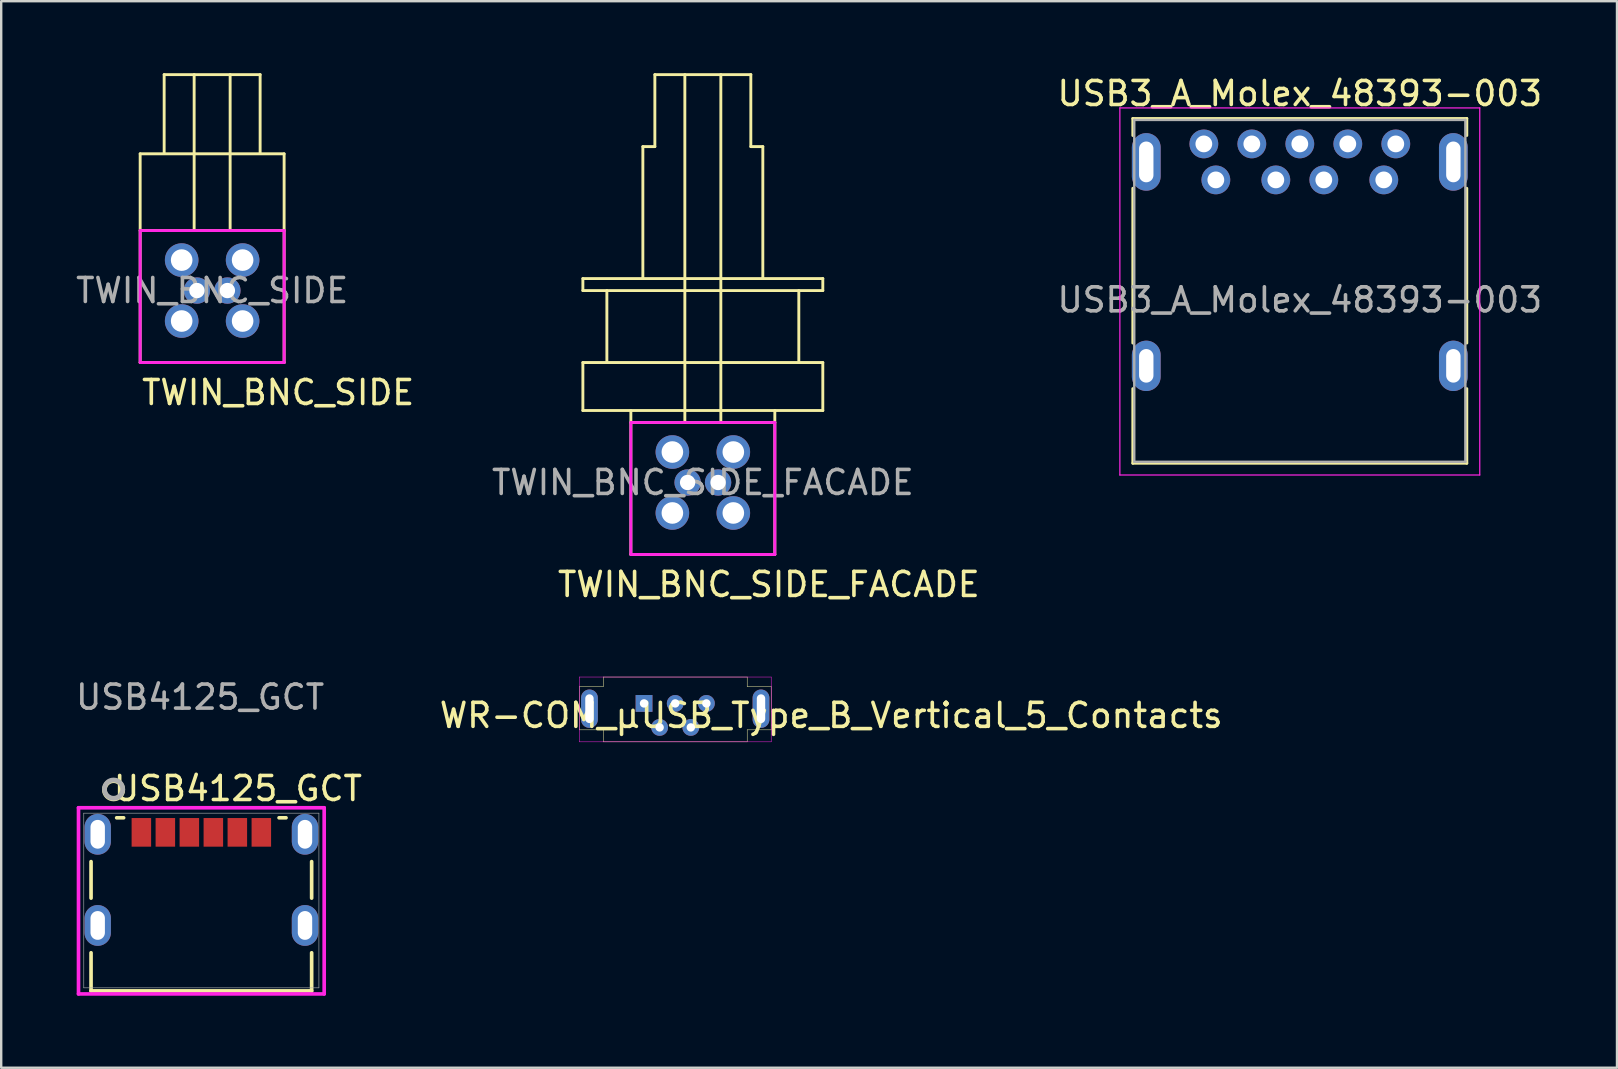
<source format=kicad_pcb>
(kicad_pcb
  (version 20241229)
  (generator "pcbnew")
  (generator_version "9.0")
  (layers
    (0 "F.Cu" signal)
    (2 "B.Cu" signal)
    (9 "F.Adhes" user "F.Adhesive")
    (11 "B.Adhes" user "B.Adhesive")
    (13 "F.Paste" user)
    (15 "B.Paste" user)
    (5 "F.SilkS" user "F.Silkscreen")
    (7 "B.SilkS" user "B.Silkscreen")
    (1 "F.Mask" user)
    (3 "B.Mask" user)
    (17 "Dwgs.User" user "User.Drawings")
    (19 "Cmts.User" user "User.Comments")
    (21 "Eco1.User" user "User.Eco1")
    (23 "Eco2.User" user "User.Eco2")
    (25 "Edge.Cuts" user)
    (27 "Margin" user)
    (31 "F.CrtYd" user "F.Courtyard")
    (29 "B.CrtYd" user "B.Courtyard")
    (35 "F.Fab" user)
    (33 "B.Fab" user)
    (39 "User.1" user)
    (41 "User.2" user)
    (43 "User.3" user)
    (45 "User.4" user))
  (footprint "USB3_A_Molex_48393-003"
    (layer "F.Cu")
    (at 47.625 4.448)
    (property "Reference" "USB3_A_Molex_48393-003" (at 3.5 -3.6 0) (layer "F.SilkS") (effects (font (size 1 1) (thickness 0.15))))
    (attr through_hole)
    (fp_line (start -3.46 -2.56) (end -3.46 -1.85) (stroke (width 0.12) (type solid)) (layer "F.SilkS"))
    (fp_line (start -3.46 -2.56) (end 10.46 -2.56) (stroke (width 0.12) (type solid)) (layer "F.SilkS"))
    (fp_line (start -3.46 6.8) (end -3.46 0.35) (stroke (width 0.12) (type solid)) (layer "F.SilkS"))
    (fp_line (start -3.46 11.81) (end -3.46 8.7) (stroke (width 0.12) (type solid)) (layer "F.SilkS"))
    (fp_line (start -3.46 11.81) (end 10.46 11.81) (stroke (width 0.12) (type solid)) (layer "F.SilkS"))
    (fp_line (start 10.46 -2.56) (end 10.46 -1.85) (stroke (width 0.12) (type solid)) (layer "F.SilkS"))
    (fp_line (start 10.46 6.8) (end 10.46 0.35) (stroke (width 0.12) (type solid)) (layer "F.SilkS"))
    (fp_line (start 10.46 11.81) (end 10.46 8.7) (stroke (width 0.12) (type solid)) (layer "F.SilkS"))
    (fp_line (start -4 -3) (end 11 -3) (stroke (width 0.05) (type solid)) (layer "F.CrtYd"))
    (fp_line (start -4 12.3) (end -4 -3) (stroke (width 0.05) (type solid)) (layer "F.CrtYd"))
    (fp_line (start 11 -3) (end 11 12.3) (stroke (width 0.05) (type solid)) (layer "F.CrtYd"))
    (fp_line (start 11 12.3) (end -4 12.3) (stroke (width 0.05) (type solid)) (layer "F.CrtYd"))
    (fp_line (start -3.4 -2.5) (end 10.4 -2.5) (stroke (width 0.1) (type solid)) (layer "F.Fab"))
    (fp_line (start -3.4 11.75) (end -3.4 -2.5) (stroke (width 0.1) (type solid)) (layer "F.Fab"))
    (fp_line (start 10.4 -2.5) (end 10.4 11.75) (stroke (width 0.1) (type solid)) (layer "F.Fab"))
    (fp_line (start 10.4 11.75) (end -3.4 11.75) (stroke (width 0.1) (type solid)) (layer "F.Fab"))
    (fp_text user "${REFERENCE}" (at 3.5 5 0) (layer "F.Fab") (effects (font (size 1 1) (thickness 0.15))))
    (pad "1" thru_hole circle (at 0 0) (size 1.2 1.2) (drill 0.7) (layers "*.Cu" "*.Mask"))
    (pad "2" thru_hole circle (at 2.5 0) (size 1.2 1.2) (drill 0.7) (layers "*.Cu" "*.Mask"))
    (pad "3" thru_hole circle (at 4.5 0) (size 1.2 1.2) (drill 0.7) (layers "*.Cu" "*.Mask"))
    (pad "4" thru_hole circle (at 7 0) (size 1.2 1.2) (drill 0.7) (layers "*.Cu" "*.Mask"))
    (pad "5" thru_hole circle (at 7.5 -1.5) (size 1.2 1.2) (drill 0.7) (layers "*.Cu" "*.Mask"))
    (pad "6" thru_hole circle (at 5.5 -1.5) (size 1.2 1.2) (drill 0.7) (layers "*.Cu" "*.Mask"))
    (pad "7" thru_hole circle (at 3.5 -1.5) (size 1.2 1.2) (drill 0.7) (layers "*.Cu" "*.Mask"))
    (pad "8" thru_hole circle (at 1.5 -1.5) (size 1.2 1.2) (drill 0.7) (layers "*.Cu" "*.Mask"))
    (pad "9" thru_hole circle (at -0.5 -1.5) (size 1.2 1.2) (drill 0.7) (layers "*.Cu" "*.Mask"))
    (pad "10" thru_hole oval (at -2.9 -0.75) (size 1.2 2.4) (drill oval 0.6 1.7) (layers "*.Cu" "*.Mask"))
    (pad "10" thru_hole oval (at -2.9 7.75) (size 1.2 2.1) (drill oval 0.6 1.4) (layers "*.Cu" "*.Mask"))
    (pad "10" thru_hole oval (at 9.9 -0.75) (size 1.2 2.4) (drill oval 0.6 1.7) (layers "*.Cu" "*.Mask"))
    (pad "10" thru_hole oval (at 9.9 7.75) (size 1.2 2.1) (drill oval 0.6 1.4) (layers "*.Cu" "*.Mask")))
  (footprint "WR-COM_µUSB_Type_B_Vertical_5_Contacts"
    (layer "F.Cu")
    (at 25.093 26.768)
    (property "Reference" "WR-COM_µUSB_Type_B_Vertical_5_Contacts" (at 6.5 0 0) (layer "F.SilkS") (effects (font (size 1 1) (thickness 0.15))))
    (attr through_hole)
    (fp_line (start -4 -1.2) (end -3 -1.2) (stroke (width 0.02) (type solid)) (layer "F.SilkS"))
    (fp_line (start -4 0.6) (end -4 -1.2) (stroke (width 0.02) (type solid)) (layer "F.SilkS"))
    (fp_line (start -3 -1.6) (end 3 -1.6) (stroke (width 0.02) (type solid)) (layer "F.SilkS"))
    (fp_line (start -3 -1.2) (end -3 -1.6) (stroke (width 0.02) (type solid)) (layer "F.SilkS"))
    (fp_line (start -3 0.6) (end -4 0.6) (stroke (width 0.02) (type solid)) (layer "F.SilkS"))
    (fp_line (start -3 1.1) (end -3 0.6) (stroke (width 0.02) (type solid)) (layer "F.SilkS"))
    (fp_line (start 3 -1.6) (end 3 -1.2) (stroke (width 0.02) (type solid)) (layer "F.SilkS"))
    (fp_line (start 3 -1.2) (end 4 -1.2) (stroke (width 0.02) (type solid)) (layer "F.SilkS"))
    (fp_line (start 3 0.6) (end 3 1.1) (stroke (width 0.02) (type solid)) (layer "F.SilkS"))
    (fp_line (start 3 1.1) (end -3 1.1) (stroke (width 0.02) (type solid)) (layer "F.SilkS"))
    (fp_line (start 4 -1.2) (end 4 0.6) (stroke (width 0.02) (type solid)) (layer "F.SilkS"))
    (fp_line (start 4 0.6) (end 3 0.6) (stroke (width 0.02) (type solid)) (layer "F.SilkS"))
    (fp_line (start -4 -1.6) (end 4 -1.6) (stroke (width 0.02) (type solid)) (layer "F.CrtYd"))
    (fp_line (start -4 1.1) (end -4 -1.6) (stroke (width 0.02) (type solid)) (layer "F.CrtYd"))
    (fp_line (start 4 -1.6) (end 4 1.1) (stroke (width 0.02) (type solid)) (layer "F.CrtYd"))
    (fp_line (start 4 1.1) (end -4 1.1) (stroke (width 0.02) (type solid)) (layer "F.CrtYd"))
    (pad "" thru_hole oval (at -3.575 -0.28) (size 0.7 1.6) (drill oval 0.35 1.2) (layers "*.Cu" "*.Mask"))
    (pad "" thru_hole oval (at 3.575 -0.28) (size 0.7 1.6) (drill oval 0.35 1.2) (layers "*.Cu" "*.Mask"))
    (pad "1" thru_hole rect (at -1.3 -0.5) (size 0.7 0.7) (drill 0.35) (layers "*.Cu" "*.Mask"))
    (pad "2" thru_hole circle (at 0 -0.5) (size 0.7 0.7) (drill 0.35) (layers "*.Cu" "*.Mask"))
    (pad "3" thru_hole circle (at 1.3 -0.5) (size 0.7 0.7) (drill 0.35) (layers "*.Cu" "*.Mask"))
    (pad "4" thru_hole circle (at -0.65 0.5) (size 0.7 0.7) (drill 0.35) (layers "*.Cu" "*.Mask"))
    (pad "5" thru_hole circle (at 0.65 0.5) (size 0.7 0.7) (drill 0.35) (layers "*.Cu" "*.Mask")))
  (footprint "TWIN_BNC_SIDE_FACADE"
    (layer "F.Cu")
    (at 26.244 17.06)
    (property "Reference" "TWIN_BNC_SIDE_FACADE" (at 2.75 4.25 0) (layer "F.SilkS") (effects (font (size 1 1) (thickness 0.15))))
    (attr through_hole)
    (fp_line (start -5 -8.5) (end 5 -8.5) (stroke (width 0.12) (type solid)) (layer "F.SilkS"))
    (fp_line (start -5 -8) (end -5 -8.5) (stroke (width 0.12) (type solid)) (layer "F.SilkS"))
    (fp_line (start -5 -8) (end 5 -8) (stroke (width 0.12) (type solid)) (layer "F.SilkS"))
    (fp_line (start -5 -5) (end 5 -5) (stroke (width 0.12) (type solid)) (layer "F.SilkS"))
    (fp_line (start -5 -3) (end -5 -5) (stroke (width 0.12) (type solid)) (layer "F.SilkS"))
    (fp_line (start -5 -3) (end 5 -3) (stroke (width 0.12) (type solid)) (layer "F.SilkS"))
    (fp_line (start -4 -5) (end -4 -8) (stroke (width 0.12) (type solid)) (layer "F.SilkS"))
    (fp_line (start -3 -3) (end -3 3) (stroke (width 0.12) (type solid)) (layer "F.SilkS"))
    (fp_line (start -3 -2.5) (end 3 -2.5) (stroke (width 0.12) (type solid)) (layer "F.SilkS"))
    (fp_line (start -3 3) (end 3 3) (stroke (width 0.12) (type solid)) (layer "F.SilkS"))
    (fp_line (start -2.5 -14) (end -2.5 -8.5) (stroke (width 0.12) (type solid)) (layer "F.SilkS"))
    (fp_line (start -2 -17) (end -2 -14) (stroke (width 0.12) (type solid)) (layer "F.SilkS"))
    (fp_line (start -2 -17) (end 2 -17) (stroke (width 0.12) (type solid)) (layer "F.SilkS"))
    (fp_line (start -2 -14) (end -2.5 -14) (stroke (width 0.12) (type solid)) (layer "F.SilkS"))
    (fp_line (start -0.75 -17) (end -0.75 -2.5) (stroke (width 0.12) (type solid)) (layer "F.SilkS"))
    (fp_line (start 0.75 -17) (end 0.75 -2.5) (stroke (width 0.12) (type solid)) (layer "F.SilkS"))
    (fp_line (start 2 -17) (end 2 -14) (stroke (width 0.12) (type solid)) (layer "F.SilkS"))
    (fp_line (start 2 -14) (end 2.5 -14) (stroke (width 0.12) (type solid)) (layer "F.SilkS"))
    (fp_line (start 2.5 -14) (end 2.5 -8.5) (stroke (width 0.12) (type solid)) (layer "F.SilkS"))
    (fp_line (start 3 3) (end 3 -3) (stroke (width 0.12) (type solid)) (layer "F.SilkS"))
    (fp_line (start 4 -5) (end 4 -8) (stroke (width 0.12) (type solid)) (layer "F.SilkS"))
    (fp_line (start 5 -8) (end 5 -8.5) (stroke (width 0.12) (type solid)) (layer "F.SilkS"))
    (fp_line (start 5 -5) (end 5 -3) (stroke (width 0.12) (type solid)) (layer "F.SilkS"))
    (fp_line (start -3 -2.5) (end 3 -2.5) (stroke (width 0.12) (type solid)) (layer "F.CrtYd"))
    (fp_line (start -3 3) (end -3 -2.5) (stroke (width 0.12) (type solid)) (layer "F.CrtYd"))
    (fp_line (start 3 -2.5) (end 3 3) (stroke (width 0.12) (type solid)) (layer "F.CrtYd"))
    (fp_line (start 3 3) (end -3 3) (stroke (width 0.12) (type solid)) (layer "F.CrtYd"))
    (fp_text user "${REFERENCE}" (at 0 0 0) (layer "F.Fab") (effects (font (size 1 1) (thickness 0.15))))
    (pad "1" thru_hole circle (at -0.635 0) (size 1.1 1.1) (drill 0.64) (layers "*.Cu" "*.Mask"))
    (pad "2" thru_hole circle (at 0.635 0) (size 1.1 1.1) (drill 0.64) (layers "*.Cu" "*.Mask"))
    (pad "3" thru_hole circle (at -1.27 -1.27) (size 1.4 1.4) (drill 0.9) (layers "*.Cu" "*.Mask"))
    (pad "3" thru_hole circle (at -1.27 1.27) (size 1.4 1.4) (drill 0.9) (layers "*.Cu" "*.Mask"))
    (pad "3" thru_hole circle (at 1.27 -1.27) (size 1.4 1.4) (drill 0.9) (layers "*.Cu" "*.Mask"))
    (pad "3" thru_hole circle (at 1.27 1.27) (size 1.4 1.4) (drill 0.9) (layers "*.Cu" "*.Mask")))
  (footprint "USB4125_GCT"
    (layer "F.Cu")
    (at 5.342 34.642)
    (property "Reference" "USB4125_GCT" (at 1.524 -4.826 0) (unlocked yes) (layer "F.SilkS") (effects (font (size 1 1) (thickness 0.15))))
    (attr smd)
    (fp_line (start -4.597 -1.781) (end -4.597 -0.259) (stroke (width 0.152) (type solid)) (layer "F.SilkS"))
    (fp_line (start -4.597 2.019) (end -4.597 3.607) (stroke (width 0.152) (type solid)) (layer "F.SilkS"))
    (fp_line (start -4.597 3.607) (end 4.597 3.607) (stroke (width 0.152) (type solid)) (layer "F.SilkS"))
    (fp_line (start -3.239 -3.607) (end -3.529 -3.607) (stroke (width 0.152) (type solid)) (layer "F.SilkS"))
    (fp_line (start 3.529 -3.607) (end 3.239 -3.607) (stroke (width 0.152) (type solid)) (layer "F.SilkS"))
    (fp_line (start 4.597 -0.259) (end 4.597 -1.781) (stroke (width 0.152) (type solid)) (layer "F.SilkS"))
    (fp_line (start 4.597 3.607) (end 4.597 2.019) (stroke (width 0.152) (type solid)) (layer "F.SilkS"))
    (fp_circle (center -3.658 -4.775) (end -3.277 -4.775) (stroke (width 0.2) (type solid)) (fill no) (layer "F.SilkS"))
    (fp_line (start -5.12 -4.025) (end -5.12 3.734) (stroke (width 0.152) (type solid)) (layer "F.CrtYd"))
    (fp_line (start -5.12 3.734) (end 5.12 3.734) (stroke (width 0.152) (type solid)) (layer "F.CrtYd"))
    (fp_line (start 5.12 -4.025) (end -5.12 -4.025) (stroke (width 0.152) (type solid)) (layer "F.CrtYd"))
    (fp_line (start 5.12 3.734) (end 5.12 -4.025) (stroke (width 0.152) (type solid)) (layer "F.CrtYd"))
    (fp_line (start -4.9 -3.8) (end -4.9 3.48) (stroke (width 0.025) (type solid)) (layer "F.Fab"))
    (fp_line (start -4.9 3.48) (end 4.9 3.48) (stroke (width 0.025) (type solid)) (layer "F.Fab"))
    (fp_line (start 4.9 -3.8) (end -4.9 -3.8) (stroke (width 0.025) (type solid)) (layer "F.Fab"))
    (fp_line (start 4.9 3.48) (end 4.9 -3.8) (stroke (width 0.025) (type solid)) (layer "F.Fab"))
    (fp_circle (center -3.658 -4.801) (end -3.277 -4.801) (stroke (width 0.2) (type solid)) (fill no) (layer "F.Fab"))
    (fp_text user "${REFERENCE}" (at -0.051 -8.636 0) (unlocked yes) (layer "F.Fab") (effects (font (size 1 1) (thickness 0.15))))
    (pad "7" thru_hole oval (at -4.32 -2.92) (size 1.1 1.7) (drill oval 0.6 1.2) (layers "*.Cu" "*.Mask"))
    (pad "8" thru_hole oval (at 4.32 -2.92) (size 1.1 1.7) (drill oval 0.6 1.2) (layers "*.Cu" "*.Mask"))
    (pad "9" thru_hole oval (at -4.32 0.88) (size 1.1 1.7) (drill oval 0.6 1.2) (layers "*.Cu" "*.Mask"))
    (pad "10" thru_hole oval (at 4.32 0.88) (size 1.1 1.7) (drill oval 0.6 1.2) (layers "*.Cu" "*.Mask"))
    (pad "A5" smd rect (at -0.5 -3) (size 0.813 1.194) (layers "F.Cu" "F.Mask" "F.Paste"))
    (pad "A9" smd rect (at 1.5 -3) (size 0.813 1.194) (layers "F.Cu" "F.Mask" "F.Paste"))
    (pad "A12" smd rect (at 2.5 -3) (size 0.813 1.194) (layers "F.Cu" "F.Mask" "F.Paste"))
    (pad "B5" smd rect (at 0.5 -3) (size 0.813 1.194) (layers "F.Cu" "F.Mask" "F.Paste"))
    (pad "B9" smd rect (at -1.5 -3) (size 0.813 1.194) (layers "F.Cu" "F.Mask" "F.Paste"))
    (pad "B12" smd rect (at -2.5 -3) (size 0.813 1.194) (layers "F.Cu" "F.Mask" "F.Paste")))
  (footprint "TWIN_BNC_SIDE"
    (layer "F.Cu")
    (at 5.792 9.06)
    (property "Reference" "TWIN_BNC_SIDE" (at 2.75 4.25 0) (layer "F.SilkS") (effects (font (size 1 1) (thickness 0.15))))
    (attr through_hole)
    (fp_line (start -3 -5.7) (end -3 3) (stroke (width 0.12) (type solid)) (layer "F.SilkS"))
    (fp_line (start -3 -5.7) (end 3 -5.7) (stroke (width 0.12) (type solid)) (layer "F.SilkS"))
    (fp_line (start -3 -2.5) (end 3 -2.5) (stroke (width 0.12) (type solid)) (layer "F.SilkS"))
    (fp_line (start -3 3) (end 3 3) (stroke (width 0.12) (type solid)) (layer "F.SilkS"))
    (fp_line (start -2 -9) (end -2 -5.75) (stroke (width 0.12) (type solid)) (layer "F.SilkS"))
    (fp_line (start -2 -9) (end 2 -9) (stroke (width 0.12) (type solid)) (layer "F.SilkS"))
    (fp_line (start -0.75 -9) (end -0.75 -2.5) (stroke (width 0.12) (type solid)) (layer "F.SilkS"))
    (fp_line (start 0.75 -9) (end 0.75 -2.5) (stroke (width 0.12) (type solid)) (layer "F.SilkS"))
    (fp_line (start 2 -9) (end 2 -5.75) (stroke (width 0.12) (type solid)) (layer "F.SilkS"))
    (fp_line (start 3 3) (end 3 -5.7) (stroke (width 0.12) (type solid)) (layer "F.SilkS"))
    (fp_line (start -3 -2.5) (end 3 -2.5) (stroke (width 0.12) (type solid)) (layer "F.CrtYd"))
    (fp_line (start -3 3) (end -3 -2.5) (stroke (width 0.12) (type solid)) (layer "F.CrtYd"))
    (fp_line (start 3 -2.5) (end 3 3) (stroke (width 0.12) (type solid)) (layer "F.CrtYd"))
    (fp_line (start 3 3) (end -3 3) (stroke (width 0.12) (type solid)) (layer "F.CrtYd"))
    (fp_text user "${REFERENCE}" (at 0 0 0) (layer "F.Fab") (effects (font (size 1 1) (thickness 0.15))))
    (pad "1" thru_hole circle (at -0.635 0) (size 1.1 1.1) (drill 0.64) (layers "*.Cu" "*.Mask"))
    (pad "2" thru_hole circle (at 0.635 0) (size 1.1 1.1) (drill 0.64) (layers "*.Cu" "*.Mask"))
    (pad "3" thru_hole circle (at -1.27 -1.27) (size 1.4 1.4) (drill 0.9) (layers "*.Cu" "*.Mask"))
    (pad "3" thru_hole circle (at -1.27 1.27) (size 1.4 1.4) (drill 0.9) (layers "*.Cu" "*.Mask"))
    (pad "3" thru_hole circle (at 1.27 -1.27) (size 1.4 1.4) (drill 0.9) (layers "*.Cu" "*.Mask"))
    (pad "3" thru_hole circle (at 1.27 1.27) (size 1.4 1.4) (drill 0.9) (layers "*.Cu" "*.Mask")))
  (gr_rect
    (start -3 -3)
    (end 64.345 41.453)
    (stroke (width 0.1) (type default))
    (fill no)
    (layer "Edge.Cuts")))
</source>
